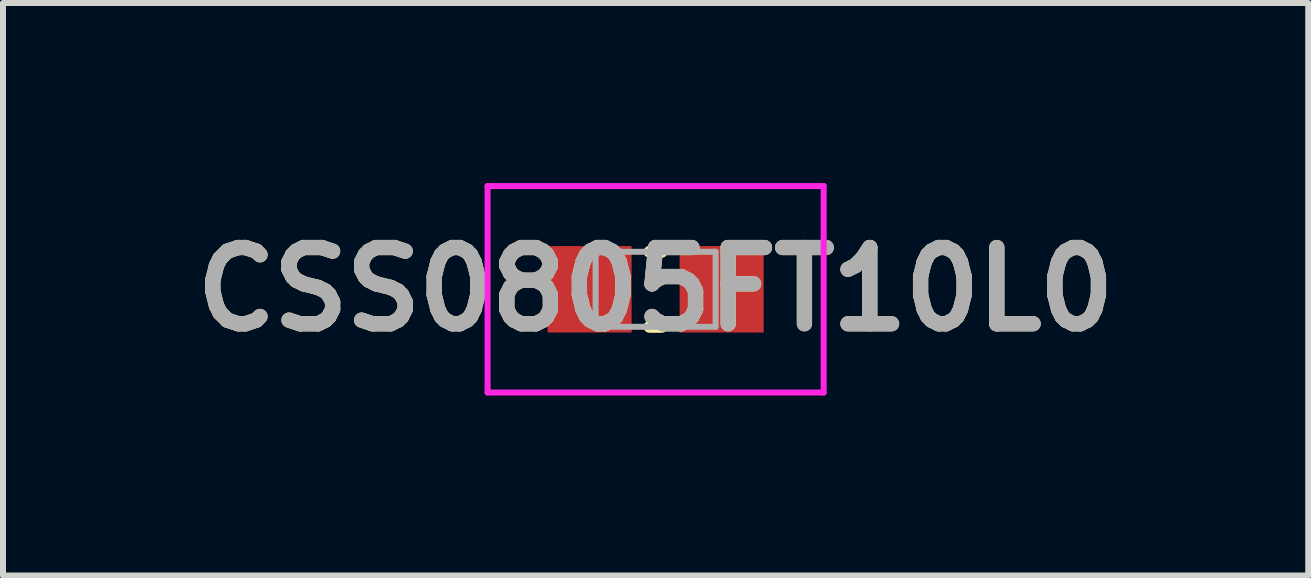
<source format=kicad_pcb>
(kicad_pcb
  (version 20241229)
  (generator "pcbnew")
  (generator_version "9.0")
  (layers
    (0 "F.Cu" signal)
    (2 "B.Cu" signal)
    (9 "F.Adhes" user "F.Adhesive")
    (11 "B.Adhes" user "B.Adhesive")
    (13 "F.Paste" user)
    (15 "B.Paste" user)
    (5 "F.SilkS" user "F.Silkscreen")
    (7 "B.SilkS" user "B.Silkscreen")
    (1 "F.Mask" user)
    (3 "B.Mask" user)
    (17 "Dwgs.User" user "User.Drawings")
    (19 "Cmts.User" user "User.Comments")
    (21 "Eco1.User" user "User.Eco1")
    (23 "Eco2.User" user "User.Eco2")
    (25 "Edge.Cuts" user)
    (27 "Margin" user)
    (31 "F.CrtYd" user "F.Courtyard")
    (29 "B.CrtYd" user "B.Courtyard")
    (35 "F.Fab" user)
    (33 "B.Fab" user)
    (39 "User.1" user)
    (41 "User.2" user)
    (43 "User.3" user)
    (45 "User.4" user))
  (footprint "CSS0805FT10L0"
    (layer "F.Cu")
    (at 7.874 1.77)
    (property "Reference" "CSS0805FT10L0" (at 0 0 0) (layer "F.SilkS") (effects (font (size 1.27 1.27) (thickness 0.254))))
    (attr smd)
    (fp_line (start -0.1 -0.625) (end 0.1 -0.625) (stroke (width 0.2) (type solid)) (layer "F.SilkS"))
    (fp_line (start -0.1 0.625) (end 0.1 0.625) (stroke (width 0.2) (type solid)) (layer "F.SilkS"))
    (fp_line (start -2.8 -1.72) (end 2.8 -1.72) (stroke (width 0.1) (type solid)) (layer "F.CrtYd"))
    (fp_line (start -2.8 1.72) (end -2.8 -1.72) (stroke (width 0.1) (type solid)) (layer "F.CrtYd"))
    (fp_line (start 2.8 -1.72) (end 2.8 1.72) (stroke (width 0.1) (type solid)) (layer "F.CrtYd"))
    (fp_line (start 2.8 1.72) (end -2.8 1.72) (stroke (width 0.1) (type solid)) (layer "F.CrtYd"))
    (fp_line (start -1 -0.625) (end -1 0.625) (stroke (width 0.1) (type solid)) (layer "F.Fab"))
    (fp_line (start -1 0.625) (end 1 0.625) (stroke (width 0.1) (type solid)) (layer "F.Fab"))
    (fp_line (start 1 -0.625) (end -1 -0.625) (stroke (width 0.1) (type solid)) (layer "F.Fab"))
    (fp_line (start 1 0.625) (end 1 -0.625) (stroke (width 0.1) (type solid)) (layer "F.Fab"))
    (fp_text user "${REFERENCE}" (at 0 0 0) (layer "F.Fab") (effects (font (size 1.27 1.27) (thickness 0.254))))
    (pad "1" smd rect (at -1.1 0) (size 1.4 1.44) (layers "F.Cu" "F.Mask" "F.Paste"))
    (pad "2" smd rect (at 1.1 0) (size 1.4 1.44) (layers "F.Cu" "F.Mask" "F.Paste")))
  (gr_rect
    (start -3 -3)
    (end 18.748 6.54)
    (stroke (width 0.1) (type default))
    (fill no)
    (layer "Edge.Cuts")))
</source>
